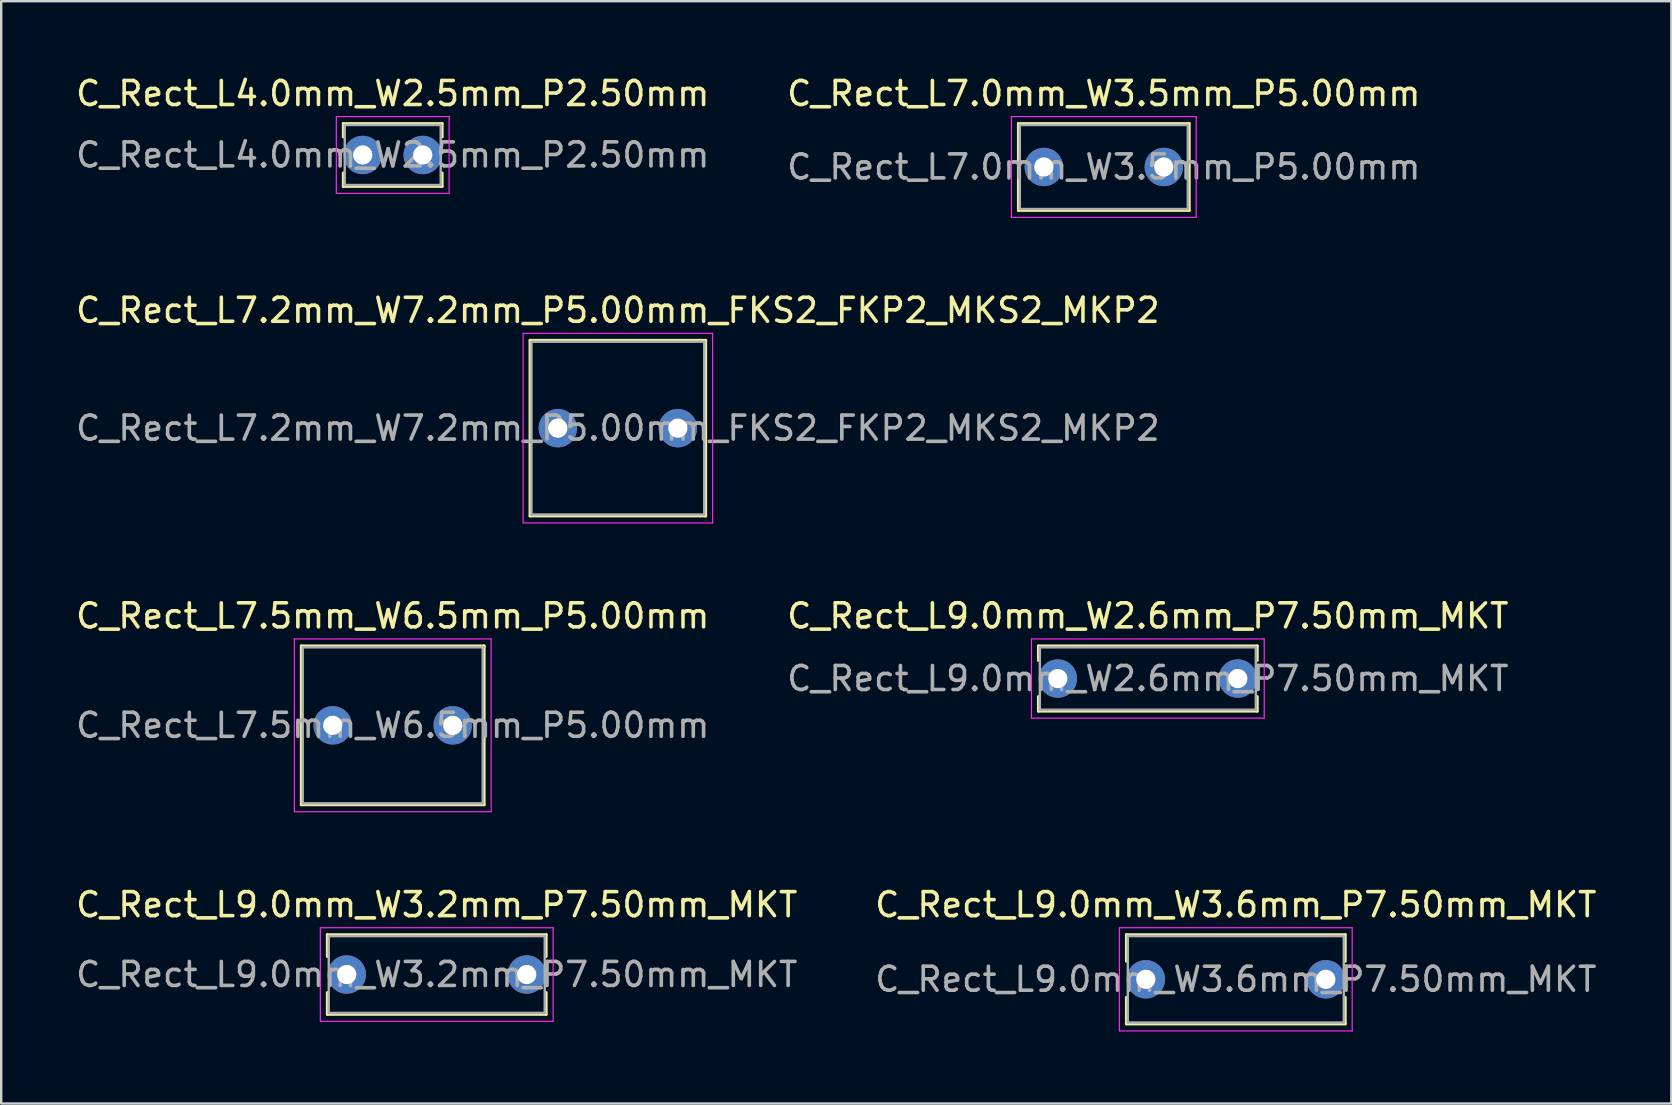
<source format=kicad_pcb>
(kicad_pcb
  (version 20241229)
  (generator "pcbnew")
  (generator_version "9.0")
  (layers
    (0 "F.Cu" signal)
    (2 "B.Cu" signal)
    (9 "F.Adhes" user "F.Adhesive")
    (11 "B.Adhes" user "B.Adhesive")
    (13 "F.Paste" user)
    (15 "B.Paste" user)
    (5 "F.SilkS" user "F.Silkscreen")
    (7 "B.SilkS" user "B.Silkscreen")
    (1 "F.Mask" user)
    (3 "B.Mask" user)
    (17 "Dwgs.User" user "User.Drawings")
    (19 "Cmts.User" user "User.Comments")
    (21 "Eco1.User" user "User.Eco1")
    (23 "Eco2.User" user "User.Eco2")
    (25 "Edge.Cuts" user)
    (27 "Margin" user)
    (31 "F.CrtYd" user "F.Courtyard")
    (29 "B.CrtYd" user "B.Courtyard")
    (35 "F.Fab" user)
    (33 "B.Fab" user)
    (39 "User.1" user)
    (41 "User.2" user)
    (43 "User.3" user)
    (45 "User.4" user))
  (footprint "C_Rect_L9.0mm_W3.2mm_P7.50mm_MKT"
    (layer "F.Cu")
    (at 11.399 37.558)
    (property "Reference" "C_Rect_L9.0mm_W3.2mm_P7.50mm_MKT" (at 3.75 -2.91 0) (layer "F.SilkS") (effects (font (size 1 1) (thickness 0.15))))
    (attr through_hole)
    (fp_line (start -0.81 -1.66) (end -0.81 -0.75) (stroke (width 0.12) (type solid)) (layer "F.SilkS"))
    (fp_line (start -0.81 -1.66) (end 8.31 -1.66) (stroke (width 0.12) (type solid)) (layer "F.SilkS"))
    (fp_line (start -0.81 0.75) (end -0.81 1.66) (stroke (width 0.12) (type solid)) (layer "F.SilkS"))
    (fp_line (start -0.81 1.66) (end 8.31 1.66) (stroke (width 0.12) (type solid)) (layer "F.SilkS"))
    (fp_line (start 8.31 -1.66) (end 8.31 -0.75) (stroke (width 0.12) (type solid)) (layer "F.SilkS"))
    (fp_line (start 8.31 0.75) (end 8.31 1.66) (stroke (width 0.12) (type solid)) (layer "F.SilkS"))
    (fp_line (start -1.1 -1.95) (end -1.1 1.95) (stroke (width 0.05) (type solid)) (layer "F.CrtYd"))
    (fp_line (start -1.1 1.95) (end 8.6 1.95) (stroke (width 0.05) (type solid)) (layer "F.CrtYd"))
    (fp_line (start 8.6 -1.95) (end -1.1 -1.95) (stroke (width 0.05) (type solid)) (layer "F.CrtYd"))
    (fp_line (start 8.6 1.95) (end 8.6 -1.95) (stroke (width 0.05) (type solid)) (layer "F.CrtYd"))
    (fp_line (start -0.75 -1.6) (end -0.75 1.6) (stroke (width 0.1) (type solid)) (layer "F.Fab"))
    (fp_line (start -0.75 1.6) (end 8.25 1.6) (stroke (width 0.1) (type solid)) (layer "F.Fab"))
    (fp_line (start 8.25 -1.6) (end -0.75 -1.6) (stroke (width 0.1) (type solid)) (layer "F.Fab"))
    (fp_line (start 8.25 1.6) (end 8.25 -1.6) (stroke (width 0.1) (type solid)) (layer "F.Fab"))
    (fp_text user "${REFERENCE}" (at 3.75 0 0) (layer "F.Fab") (effects (font (size 1 1) (thickness 0.15))))
    (pad "1" thru_hole circle (at 0 0) (size 1.6 1.6) (drill 0.8) (layers "*.Cu" "*.Mask"))
    (pad "2" thru_hole circle (at 7.5 0) (size 1.6 1.6) (drill 0.8) (layers "*.Cu" "*.Mask")))
  (footprint "C_Rect_L9.0mm_W3.6mm_P7.50mm_MKT"
    (layer "F.Cu")
    (at 44.696 37.758)
    (property "Reference" "C_Rect_L9.0mm_W3.6mm_P7.50mm_MKT" (at 3.75 -3.11 0) (layer "F.SilkS") (effects (font (size 1 1) (thickness 0.15))))
    (attr through_hole)
    (fp_line (start -0.81 -1.86) (end -0.81 -0.75) (stroke (width 0.12) (type solid)) (layer "F.SilkS"))
    (fp_line (start -0.81 -1.86) (end 8.31 -1.86) (stroke (width 0.12) (type solid)) (layer "F.SilkS"))
    (fp_line (start -0.81 0.75) (end -0.81 1.86) (stroke (width 0.12) (type solid)) (layer "F.SilkS"))
    (fp_line (start -0.81 1.86) (end 8.31 1.86) (stroke (width 0.12) (type solid)) (layer "F.SilkS"))
    (fp_line (start 8.31 -1.86) (end 8.31 -0.75) (stroke (width 0.12) (type solid)) (layer "F.SilkS"))
    (fp_line (start 8.31 0.75) (end 8.31 1.86) (stroke (width 0.12) (type solid)) (layer "F.SilkS"))
    (fp_line (start -1.1 -2.15) (end -1.1 2.15) (stroke (width 0.05) (type solid)) (layer "F.CrtYd"))
    (fp_line (start -1.1 2.15) (end 8.6 2.15) (stroke (width 0.05) (type solid)) (layer "F.CrtYd"))
    (fp_line (start 8.6 -2.15) (end -1.1 -2.15) (stroke (width 0.05) (type solid)) (layer "F.CrtYd"))
    (fp_line (start 8.6 2.15) (end 8.6 -2.15) (stroke (width 0.05) (type solid)) (layer "F.CrtYd"))
    (fp_line (start -0.75 -1.8) (end -0.75 1.8) (stroke (width 0.1) (type solid)) (layer "F.Fab"))
    (fp_line (start -0.75 1.8) (end 8.25 1.8) (stroke (width 0.1) (type solid)) (layer "F.Fab"))
    (fp_line (start 8.25 -1.8) (end -0.75 -1.8) (stroke (width 0.1) (type solid)) (layer "F.Fab"))
    (fp_line (start 8.25 1.8) (end 8.25 -1.8) (stroke (width 0.1) (type solid)) (layer "F.Fab"))
    (fp_text user "${REFERENCE}" (at 3.75 0 0) (layer "F.Fab") (effects (font (size 1 1) (thickness 0.15))))
    (pad "1" thru_hole circle (at 0 0) (size 1.6 1.6) (drill 0.8) (layers "*.Cu" "*.Mask"))
    (pad "2" thru_hole circle (at 7.5 0) (size 1.6 1.6) (drill 0.8) (layers "*.Cu" "*.Mask")))
  (footprint "C_Rect_L7.5mm_W6.5mm_P5.00mm"
    (layer "F.Cu")
    (at 10.815 27.175)
    (property "Reference" "C_Rect_L7.5mm_W6.5mm_P5.00mm" (at 2.5 -4.56 0) (layer "F.SilkS") (effects (font (size 1 1) (thickness 0.15))))
    (attr through_hole)
    (fp_line (start -1.31 -3.31) (end -1.31 3.31) (stroke (width 0.12) (type solid)) (layer "F.SilkS"))
    (fp_line (start -1.31 -3.31) (end 6.31 -3.31) (stroke (width 0.12) (type solid)) (layer "F.SilkS"))
    (fp_line (start -1.31 3.31) (end 6.31 3.31) (stroke (width 0.12) (type solid)) (layer "F.SilkS"))
    (fp_line (start 6.31 -3.31) (end 6.31 3.31) (stroke (width 0.12) (type solid)) (layer "F.SilkS"))
    (fp_line (start -1.6 -3.6) (end -1.6 3.6) (stroke (width 0.05) (type solid)) (layer "F.CrtYd"))
    (fp_line (start -1.6 3.6) (end 6.6 3.6) (stroke (width 0.05) (type solid)) (layer "F.CrtYd"))
    (fp_line (start 6.6 -3.6) (end -1.6 -3.6) (stroke (width 0.05) (type solid)) (layer "F.CrtYd"))
    (fp_line (start 6.6 3.6) (end 6.6 -3.6) (stroke (width 0.05) (type solid)) (layer "F.CrtYd"))
    (fp_line (start -1.25 -3.25) (end -1.25 3.25) (stroke (width 0.1) (type solid)) (layer "F.Fab"))
    (fp_line (start -1.25 3.25) (end 6.25 3.25) (stroke (width 0.1) (type solid)) (layer "F.Fab"))
    (fp_line (start 6.25 -3.25) (end -1.25 -3.25) (stroke (width 0.1) (type solid)) (layer "F.Fab"))
    (fp_line (start 6.25 3.25) (end 6.25 -3.25) (stroke (width 0.1) (type solid)) (layer "F.Fab"))
    (fp_text user "${REFERENCE}" (at 2.5 0 0) (layer "F.Fab") (effects (font (size 1 1) (thickness 0.15))))
    (pad "1" thru_hole circle (at 0 0) (size 1.6 1.6) (drill 0.8) (layers "*.Cu" "*.Mask"))
    (pad "2" thru_hole circle (at 5 0) (size 1.6 1.6) (drill 0.8) (layers "*.Cu" "*.Mask")))
  (footprint "C_Rect_L4.0mm_W2.5mm_P2.50mm"
    (layer "F.Cu")
    (at 12.065 3.408)
    (property "Reference" "C_Rect_L4.0mm_W2.5mm_P2.50mm" (at 1.25 -2.56 0) (layer "F.SilkS") (effects (font (size 1 1) (thickness 0.15))))
    (attr through_hole)
    (fp_line (start -0.81 -1.31) (end -0.81 -0.75) (stroke (width 0.12) (type solid)) (layer "F.SilkS"))
    (fp_line (start -0.81 -1.31) (end 3.31 -1.31) (stroke (width 0.12) (type solid)) (layer "F.SilkS"))
    (fp_line (start -0.81 0.75) (end -0.81 1.31) (stroke (width 0.12) (type solid)) (layer "F.SilkS"))
    (fp_line (start -0.81 1.31) (end 3.31 1.31) (stroke (width 0.12) (type solid)) (layer "F.SilkS"))
    (fp_line (start 3.31 -1.31) (end 3.31 -0.75) (stroke (width 0.12) (type solid)) (layer "F.SilkS"))
    (fp_line (start 3.31 0.75) (end 3.31 1.31) (stroke (width 0.12) (type solid)) (layer "F.SilkS"))
    (fp_line (start -1.1 -1.6) (end -1.1 1.6) (stroke (width 0.05) (type solid)) (layer "F.CrtYd"))
    (fp_line (start -1.1 1.6) (end 3.6 1.6) (stroke (width 0.05) (type solid)) (layer "F.CrtYd"))
    (fp_line (start 3.6 -1.6) (end -1.1 -1.6) (stroke (width 0.05) (type solid)) (layer "F.CrtYd"))
    (fp_line (start 3.6 1.6) (end 3.6 -1.6) (stroke (width 0.05) (type solid)) (layer "F.CrtYd"))
    (fp_line (start -0.75 -1.25) (end -0.75 1.25) (stroke (width 0.1) (type solid)) (layer "F.Fab"))
    (fp_line (start -0.75 1.25) (end 3.25 1.25) (stroke (width 0.1) (type solid)) (layer "F.Fab"))
    (fp_line (start 3.25 -1.25) (end -0.75 -1.25) (stroke (width 0.1) (type solid)) (layer "F.Fab"))
    (fp_line (start 3.25 1.25) (end 3.25 -1.25) (stroke (width 0.1) (type solid)) (layer "F.Fab"))
    (fp_text user "${REFERENCE}" (at 1.25 0 0) (layer "F.Fab") (effects (font (size 1 1) (thickness 0.15))))
    (pad "1" thru_hole circle (at 0 0) (size 1.6 1.6) (drill 0.8) (layers "*.Cu" "*.Mask"))
    (pad "2" thru_hole circle (at 2.5 0) (size 1.6 1.6) (drill 0.8) (layers "*.Cu" "*.Mask")))
  (footprint "C_Rect_L7.2mm_W7.2mm_P5.00mm_FKS2_FKP2_MKS2_MKP2"
    (layer "F.Cu")
    (at 20.196 14.791)
    (property "Reference" "C_Rect_L7.2mm_W7.2mm_P5.00mm_FKS2_FKP2_MKS2_MKP2" (at 2.5 -4.91 0) (layer "F.SilkS") (effects (font (size 1 1) (thickness 0.15))))
    (attr through_hole)
    (fp_line (start -1.16 -3.66) (end -1.16 3.66) (stroke (width 0.12) (type solid)) (layer "F.SilkS"))
    (fp_line (start -1.16 -3.66) (end 6.16 -3.66) (stroke (width 0.12) (type solid)) (layer "F.SilkS"))
    (fp_line (start -1.16 3.66) (end 6.16 3.66) (stroke (width 0.12) (type solid)) (layer "F.SilkS"))
    (fp_line (start 6.16 -3.66) (end 6.16 3.66) (stroke (width 0.12) (type solid)) (layer "F.SilkS"))
    (fp_line (start -1.45 -3.95) (end -1.45 3.95) (stroke (width 0.05) (type solid)) (layer "F.CrtYd"))
    (fp_line (start -1.45 3.95) (end 6.45 3.95) (stroke (width 0.05) (type solid)) (layer "F.CrtYd"))
    (fp_line (start 6.45 -3.95) (end -1.45 -3.95) (stroke (width 0.05) (type solid)) (layer "F.CrtYd"))
    (fp_line (start 6.45 3.95) (end 6.45 -3.95) (stroke (width 0.05) (type solid)) (layer "F.CrtYd"))
    (fp_line (start -1.1 -3.6) (end -1.1 3.6) (stroke (width 0.1) (type solid)) (layer "F.Fab"))
    (fp_line (start -1.1 3.6) (end 6.1 3.6) (stroke (width 0.1) (type solid)) (layer "F.Fab"))
    (fp_line (start 6.1 -3.6) (end -1.1 -3.6) (stroke (width 0.1) (type solid)) (layer "F.Fab"))
    (fp_line (start 6.1 3.6) (end 6.1 -3.6) (stroke (width 0.1) (type solid)) (layer "F.Fab"))
    (fp_text user "${REFERENCE}" (at 2.5 0 0) (layer "F.Fab") (effects (font (size 1 1) (thickness 0.15))))
    (pad "1" thru_hole circle (at 0 0) (size 1.6 1.6) (drill 0.8) (layers "*.Cu" "*.Mask"))
    (pad "2" thru_hole circle (at 5 0) (size 1.6 1.6) (drill 0.8) (layers "*.Cu" "*.Mask")))
  (footprint "C_Rect_L9.0mm_W2.6mm_P7.50mm_MKT"
    (layer "F.Cu")
    (at 41.03 25.225)
    (property "Reference" "C_Rect_L9.0mm_W2.6mm_P7.50mm_MKT" (at 3.75 -2.61 0) (layer "F.SilkS") (effects (font (size 1 1) (thickness 0.15))))
    (attr through_hole)
    (fp_line (start -0.81 -1.36) (end -0.81 -0.75) (stroke (width 0.12) (type solid)) (layer "F.SilkS"))
    (fp_line (start -0.81 -1.36) (end 8.31 -1.36) (stroke (width 0.12) (type solid)) (layer "F.SilkS"))
    (fp_line (start -0.81 0.75) (end -0.81 1.36) (stroke (width 0.12) (type solid)) (layer "F.SilkS"))
    (fp_line (start -0.81 1.36) (end 8.31 1.36) (stroke (width 0.12) (type solid)) (layer "F.SilkS"))
    (fp_line (start 8.31 -1.36) (end 8.31 -0.75) (stroke (width 0.12) (type solid)) (layer "F.SilkS"))
    (fp_line (start 8.31 0.75) (end 8.31 1.36) (stroke (width 0.12) (type solid)) (layer "F.SilkS"))
    (fp_line (start -1.1 -1.65) (end -1.1 1.65) (stroke (width 0.05) (type solid)) (layer "F.CrtYd"))
    (fp_line (start -1.1 1.65) (end 8.6 1.65) (stroke (width 0.05) (type solid)) (layer "F.CrtYd"))
    (fp_line (start 8.6 -1.65) (end -1.1 -1.65) (stroke (width 0.05) (type solid)) (layer "F.CrtYd"))
    (fp_line (start 8.6 1.65) (end 8.6 -1.65) (stroke (width 0.05) (type solid)) (layer "F.CrtYd"))
    (fp_line (start -0.75 -1.3) (end -0.75 1.3) (stroke (width 0.1) (type solid)) (layer "F.Fab"))
    (fp_line (start -0.75 1.3) (end 8.25 1.3) (stroke (width 0.1) (type solid)) (layer "F.Fab"))
    (fp_line (start 8.25 -1.3) (end -0.75 -1.3) (stroke (width 0.1) (type solid)) (layer "F.Fab"))
    (fp_line (start 8.25 1.3) (end 8.25 -1.3) (stroke (width 0.1) (type solid)) (layer "F.Fab"))
    (fp_text user "${REFERENCE}" (at 3.75 0 0) (layer "F.Fab") (effects (font (size 1 1) (thickness 0.15))))
    (pad "1" thru_hole circle (at 0 0) (size 1.6 1.6) (drill 0.8) (layers "*.Cu" "*.Mask"))
    (pad "2" thru_hole circle (at 7.5 0) (size 1.6 1.6) (drill 0.8) (layers "*.Cu" "*.Mask")))
  (footprint "C_Rect_L7.0mm_W3.5mm_P5.00mm"
    (layer "F.Cu")
    (at 40.446 3.908)
    (property "Reference" "C_Rect_L7.0mm_W3.5mm_P5.00mm" (at 2.5 -3.06 0) (layer "F.SilkS") (effects (font (size 1 1) (thickness 0.15))))
    (attr through_hole)
    (fp_line (start -1.06 -1.81) (end -1.06 1.81) (stroke (width 0.12) (type solid)) (layer "F.SilkS"))
    (fp_line (start -1.06 -1.81) (end 6.06 -1.81) (stroke (width 0.12) (type solid)) (layer "F.SilkS"))
    (fp_line (start -1.06 1.81) (end 6.06 1.81) (stroke (width 0.12) (type solid)) (layer "F.SilkS"))
    (fp_line (start 6.06 -1.81) (end 6.06 1.81) (stroke (width 0.12) (type solid)) (layer "F.SilkS"))
    (fp_line (start -1.35 -2.1) (end -1.35 2.1) (stroke (width 0.05) (type solid)) (layer "F.CrtYd"))
    (fp_line (start -1.35 2.1) (end 6.35 2.1) (stroke (width 0.05) (type solid)) (layer "F.CrtYd"))
    (fp_line (start 6.35 -2.1) (end -1.35 -2.1) (stroke (width 0.05) (type solid)) (layer "F.CrtYd"))
    (fp_line (start 6.35 2.1) (end 6.35 -2.1) (stroke (width 0.05) (type solid)) (layer "F.CrtYd"))
    (fp_line (start -1 -1.75) (end -1 1.75) (stroke (width 0.1) (type solid)) (layer "F.Fab"))
    (fp_line (start -1 1.75) (end 6 1.75) (stroke (width 0.1) (type solid)) (layer "F.Fab"))
    (fp_line (start 6 -1.75) (end -1 -1.75) (stroke (width 0.1) (type solid)) (layer "F.Fab"))
    (fp_line (start 6 1.75) (end 6 -1.75) (stroke (width 0.1) (type solid)) (layer "F.Fab"))
    (fp_text user "${REFERENCE}" (at 2.5 0 0) (layer "F.Fab") (effects (font (size 1 1) (thickness 0.15))))
    (pad "1" thru_hole circle (at 0 0) (size 1.6 1.6) (drill 0.8) (layers "*.Cu" "*.Mask"))
    (pad "2" thru_hole circle (at 5 0) (size 1.6 1.6) (drill 0.8) (layers "*.Cu" "*.Mask")))
  (gr_rect
    (start -3 -3)
    (end 66.595 42.933)
    (stroke (width 0.1) (type default))
    (fill no)
    (layer "Edge.Cuts")))
</source>
